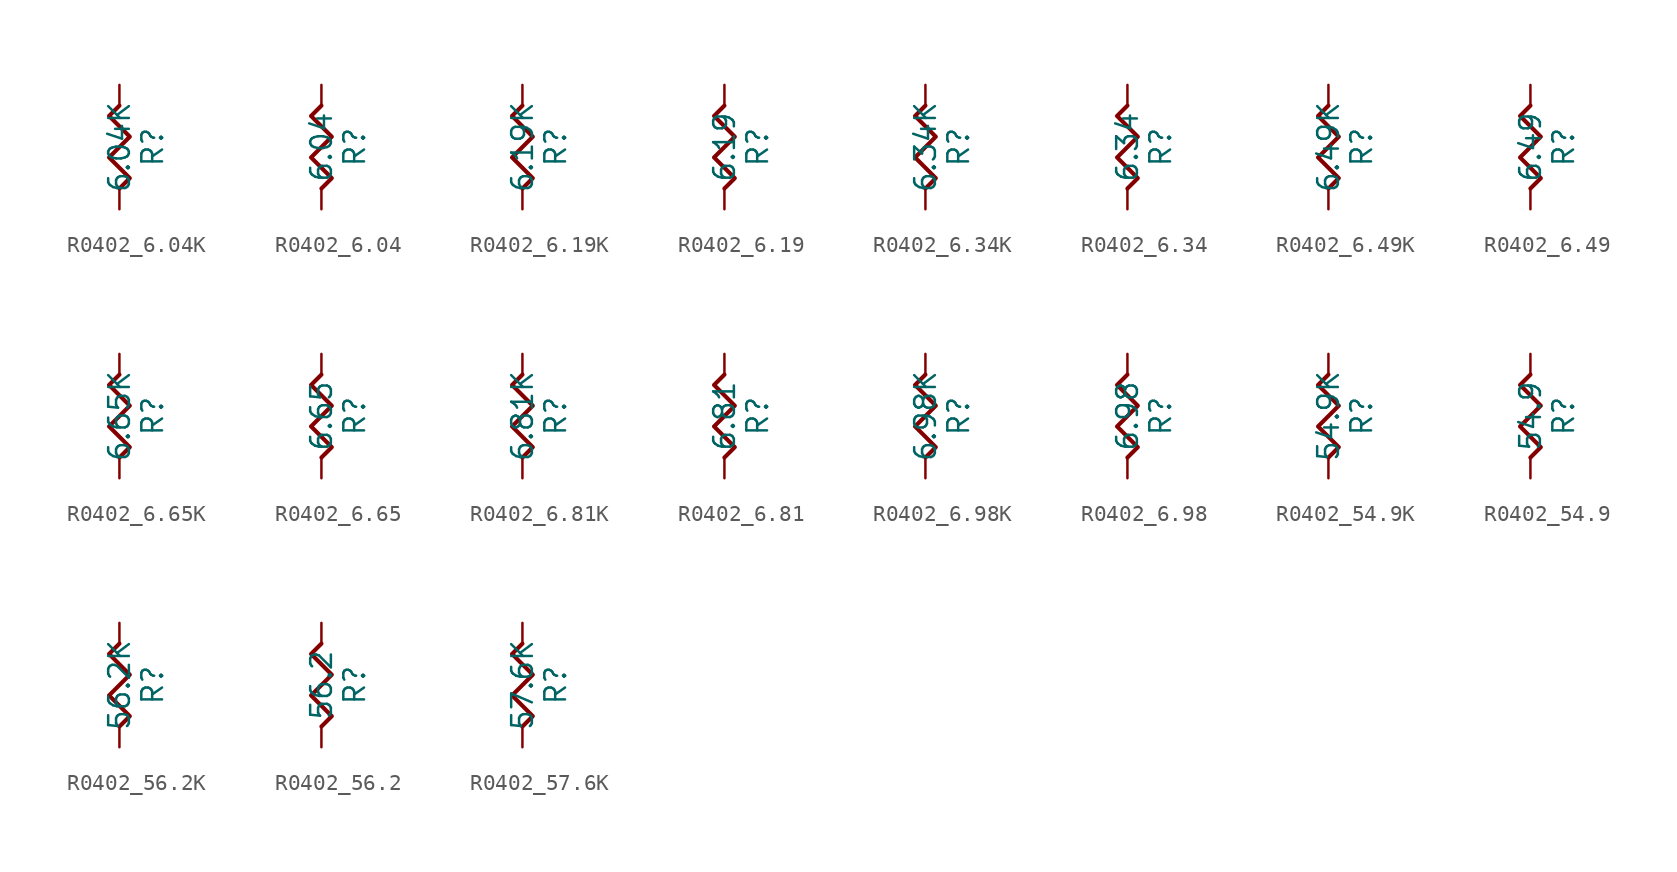
<source format=kicad_sym>
(kicad_symbol_lib
  (version 20211014)
  (generator atlantix-eda)
  (symbol "R0402_6.04K"
    (pin_numbers hide)
    (pin_names
      (offset 0))
    (property "Reference" "R"
      (at 2.032 0 90)
      (effects (font (size 1.27 1.27))))
    (property "Value" "6.04K"
      (at 0 0 90)
      (effects (font (size 1.27 1.27))))
    (symbol "R0402_6.04K_0_1"
      (polyline (pts (xy 0 -2.54) (xy 0.635 -1.905) (xy -0.635 -0.635) (xy 0.635 0.635) (xy -0.635 1.905) (xy 0 2.54)) (stroke (width 0.254) (type default) (color 0 0 0 0)) (fill (type none))))
    (symbol "R0402_6.04K_1_1"
      (pin passive line (at 0 3.81 270) (length 1.27) (name "~" (effects (font (size 1.27 1.27)))) (number "1" (effects (font (size 1.27 1.27)))))
      (pin passive line (at 0 -3.81 90) (length 1.27) (name "~" (effects (font (size 1.27 1.27)))) (number "2" (effects (font (size 1.27 1.27)))))))
  (symbol "R0402_6.04"
    (pin_numbers hide)
    (pin_names
      (offset 0))
    (property "Reference" "R"
      (at 2.032 0 90)
      (effects (font (size 1.27 1.27))))
    (property "Value" "6.04"
      (at 0 0 90)
      (effects (font (size 1.27 1.27))))
    (symbol "R0402_6.04_0_1"
      (polyline (pts (xy 0 -2.54) (xy 0.635 -1.905) (xy -0.635 -0.635) (xy 0.635 0.635) (xy -0.635 1.905) (xy 0 2.54)) (stroke (width 0.254) (type default) (color 0 0 0 0)) (fill (type none))))
    (symbol "R0402_6.04_1_1"
      (pin passive line (at 0 3.81 270) (length 1.27) (name "~" (effects (font (size 1.27 1.27)))) (number "1" (effects (font (size 1.27 1.27)))))
      (pin passive line (at 0 -3.81 90) (length 1.27) (name "~" (effects (font (size 1.27 1.27)))) (number "2" (effects (font (size 1.27 1.27)))))))
  (symbol "R0402_6.19K"
    (pin_numbers hide)
    (pin_names
      (offset 0))
    (property "Reference" "R"
      (at 2.032 0 90)
      (effects (font (size 1.27 1.27))))
    (property "Value" "6.19K"
      (at 0 0 90)
      (effects (font (size 1.27 1.27))))
    (symbol "R0402_6.19K_0_1"
      (polyline (pts (xy 0 -2.54) (xy 0.635 -1.905) (xy -0.635 -0.635) (xy 0.635 0.635) (xy -0.635 1.905) (xy 0 2.54)) (stroke (width 0.254) (type default) (color 0 0 0 0)) (fill (type none))))
    (symbol "R0402_6.19K_1_1"
      (pin passive line (at 0 3.81 270) (length 1.27) (name "~" (effects (font (size 1.27 1.27)))) (number "1" (effects (font (size 1.27 1.27)))))
      (pin passive line (at 0 -3.81 90) (length 1.27) (name "~" (effects (font (size 1.27 1.27)))) (number "2" (effects (font (size 1.27 1.27)))))))
  (symbol "R0402_6.19"
    (pin_numbers hide)
    (pin_names
      (offset 0))
    (property "Reference" "R"
      (at 2.032 0 90)
      (effects (font (size 1.27 1.27))))
    (property "Value" "6.19"
      (at 0 0 90)
      (effects (font (size 1.27 1.27))))
    (symbol "R0402_6.19_0_1"
      (polyline (pts (xy 0 -2.54) (xy 0.635 -1.905) (xy -0.635 -0.635) (xy 0.635 0.635) (xy -0.635 1.905) (xy 0 2.54)) (stroke (width 0.254) (type default) (color 0 0 0 0)) (fill (type none))))
    (symbol "R0402_6.19_1_1"
      (pin passive line (at 0 3.81 270) (length 1.27) (name "~" (effects (font (size 1.27 1.27)))) (number "1" (effects (font (size 1.27 1.27)))))
      (pin passive line (at 0 -3.81 90) (length 1.27) (name "~" (effects (font (size 1.27 1.27)))) (number "2" (effects (font (size 1.27 1.27)))))))
  (symbol "R0402_6.34K"
    (pin_numbers hide)
    (pin_names
      (offset 0))
    (property "Reference" "R"
      (at 2.032 0 90)
      (effects (font (size 1.27 1.27))))
    (property "Value" "6.34K"
      (at 0 0 90)
      (effects (font (size 1.27 1.27))))
    (symbol "R0402_6.34K_0_1"
      (polyline (pts (xy 0 -2.54) (xy 0.635 -1.905) (xy -0.635 -0.635) (xy 0.635 0.635) (xy -0.635 1.905) (xy 0 2.54)) (stroke (width 0.254) (type default) (color 0 0 0 0)) (fill (type none))))
    (symbol "R0402_6.34K_1_1"
      (pin passive line (at 0 3.81 270) (length 1.27) (name "~" (effects (font (size 1.27 1.27)))) (number "1" (effects (font (size 1.27 1.27)))))
      (pin passive line (at 0 -3.81 90) (length 1.27) (name "~" (effects (font (size 1.27 1.27)))) (number "2" (effects (font (size 1.27 1.27)))))))
  (symbol "R0402_6.34"
    (pin_numbers hide)
    (pin_names
      (offset 0))
    (property "Reference" "R"
      (at 2.032 0 90)
      (effects (font (size 1.27 1.27))))
    (property "Value" "6.34"
      (at 0 0 90)
      (effects (font (size 1.27 1.27))))
    (symbol "R0402_6.34_0_1"
      (polyline (pts (xy 0 -2.54) (xy 0.635 -1.905) (xy -0.635 -0.635) (xy 0.635 0.635) (xy -0.635 1.905) (xy 0 2.54)) (stroke (width 0.254) (type default) (color 0 0 0 0)) (fill (type none))))
    (symbol "R0402_6.34_1_1"
      (pin passive line (at 0 3.81 270) (length 1.27) (name "~" (effects (font (size 1.27 1.27)))) (number "1" (effects (font (size 1.27 1.27)))))
      (pin passive line (at 0 -3.81 90) (length 1.27) (name "~" (effects (font (size 1.27 1.27)))) (number "2" (effects (font (size 1.27 1.27)))))))
  (symbol "R0402_6.49K"
    (pin_numbers hide)
    (pin_names
      (offset 0))
    (property "Reference" "R"
      (at 2.032 0 90)
      (effects (font (size 1.27 1.27))))
    (property "Value" "6.49K"
      (at 0 0 90)
      (effects (font (size 1.27 1.27))))
    (symbol "R0402_6.49K_0_1"
      (polyline (pts (xy 0 -2.54) (xy 0.635 -1.905) (xy -0.635 -0.635) (xy 0.635 0.635) (xy -0.635 1.905) (xy 0 2.54)) (stroke (width 0.254) (type default) (color 0 0 0 0)) (fill (type none))))
    (symbol "R0402_6.49K_1_1"
      (pin passive line (at 0 3.81 270) (length 1.27) (name "~" (effects (font (size 1.27 1.27)))) (number "1" (effects (font (size 1.27 1.27)))))
      (pin passive line (at 0 -3.81 90) (length 1.27) (name "~" (effects (font (size 1.27 1.27)))) (number "2" (effects (font (size 1.27 1.27)))))))
  (symbol "R0402_6.49"
    (pin_numbers hide)
    (pin_names
      (offset 0))
    (property "Reference" "R"
      (at 2.032 0 90)
      (effects (font (size 1.27 1.27))))
    (property "Value" "6.49"
      (at 0 0 90)
      (effects (font (size 1.27 1.27))))
    (symbol "R0402_6.49_0_1"
      (polyline (pts (xy 0 -2.54) (xy 0.635 -1.905) (xy -0.635 -0.635) (xy 0.635 0.635) (xy -0.635 1.905) (xy 0 2.54)) (stroke (width 0.254) (type default) (color 0 0 0 0)) (fill (type none))))
    (symbol "R0402_6.49_1_1"
      (pin passive line (at 0 3.81 270) (length 1.27) (name "~" (effects (font (size 1.27 1.27)))) (number "1" (effects (font (size 1.27 1.27)))))
      (pin passive line (at 0 -3.81 90) (length 1.27) (name "~" (effects (font (size 1.27 1.27)))) (number "2" (effects (font (size 1.27 1.27)))))))
  (symbol "R0402_6.65K"
    (pin_numbers hide)
    (pin_names
      (offset 0))
    (property "Reference" "R"
      (at 2.032 0 90)
      (effects (font (size 1.27 1.27))))
    (property "Value" "6.65K"
      (at 0 0 90)
      (effects (font (size 1.27 1.27))))
    (symbol "R0402_6.65K_0_1"
      (polyline (pts (xy 0 -2.54) (xy 0.635 -1.905) (xy -0.635 -0.635) (xy 0.635 0.635) (xy -0.635 1.905) (xy 0 2.54)) (stroke (width 0.254) (type default) (color 0 0 0 0)) (fill (type none))))
    (symbol "R0402_6.65K_1_1"
      (pin passive line (at 0 3.81 270) (length 1.27) (name "~" (effects (font (size 1.27 1.27)))) (number "1" (effects (font (size 1.27 1.27)))))
      (pin passive line (at 0 -3.81 90) (length 1.27) (name "~" (effects (font (size 1.27 1.27)))) (number "2" (effects (font (size 1.27 1.27)))))))
  (symbol "R0402_6.65"
    (pin_numbers hide)
    (pin_names
      (offset 0))
    (property "Reference" "R"
      (at 2.032 0 90)
      (effects (font (size 1.27 1.27))))
    (property "Value" "6.65"
      (at 0 0 90)
      (effects (font (size 1.27 1.27))))
    (symbol "R0402_6.65_0_1"
      (polyline (pts (xy 0 -2.54) (xy 0.635 -1.905) (xy -0.635 -0.635) (xy 0.635 0.635) (xy -0.635 1.905) (xy 0 2.54)) (stroke (width 0.254) (type default) (color 0 0 0 0)) (fill (type none))))
    (symbol "R0402_6.65_1_1"
      (pin passive line (at 0 3.81 270) (length 1.27) (name "~" (effects (font (size 1.27 1.27)))) (number "1" (effects (font (size 1.27 1.27)))))
      (pin passive line (at 0 -3.81 90) (length 1.27) (name "~" (effects (font (size 1.27 1.27)))) (number "2" (effects (font (size 1.27 1.27)))))))
  (symbol "R0402_6.81K"
    (pin_numbers hide)
    (pin_names
      (offset 0))
    (property "Reference" "R"
      (at 2.032 0 90)
      (effects (font (size 1.27 1.27))))
    (property "Value" "6.81K"
      (at 0 0 90)
      (effects (font (size 1.27 1.27))))
    (symbol "R0402_6.81K_0_1"
      (polyline (pts (xy 0 -2.54) (xy 0.635 -1.905) (xy -0.635 -0.635) (xy 0.635 0.635) (xy -0.635 1.905) (xy 0 2.54)) (stroke (width 0.254) (type default) (color 0 0 0 0)) (fill (type none))))
    (symbol "R0402_6.81K_1_1"
      (pin passive line (at 0 3.81 270) (length 1.27) (name "~" (effects (font (size 1.27 1.27)))) (number "1" (effects (font (size 1.27 1.27)))))
      (pin passive line (at 0 -3.81 90) (length 1.27) (name "~" (effects (font (size 1.27 1.27)))) (number "2" (effects (font (size 1.27 1.27)))))))
  (symbol "R0402_6.81"
    (pin_numbers hide)
    (pin_names
      (offset 0))
    (property "Reference" "R"
      (at 2.032 0 90)
      (effects (font (size 1.27 1.27))))
    (property "Value" "6.81"
      (at 0 0 90)
      (effects (font (size 1.27 1.27))))
    (symbol "R0402_6.81_0_1"
      (polyline (pts (xy 0 -2.54) (xy 0.635 -1.905) (xy -0.635 -0.635) (xy 0.635 0.635) (xy -0.635 1.905) (xy 0 2.54)) (stroke (width 0.254) (type default) (color 0 0 0 0)) (fill (type none))))
    (symbol "R0402_6.81_1_1"
      (pin passive line (at 0 3.81 270) (length 1.27) (name "~" (effects (font (size 1.27 1.27)))) (number "1" (effects (font (size 1.27 1.27)))))
      (pin passive line (at 0 -3.81 90) (length 1.27) (name "~" (effects (font (size 1.27 1.27)))) (number "2" (effects (font (size 1.27 1.27)))))))
  (symbol "R0402_6.98K"
    (pin_numbers hide)
    (pin_names
      (offset 0))
    (property "Reference" "R"
      (at 2.032 0 90)
      (effects (font (size 1.27 1.27))))
    (property "Value" "6.98K"
      (at 0 0 90)
      (effects (font (size 1.27 1.27))))
    (symbol "R0402_6.98K_0_1"
      (polyline (pts (xy 0 -2.54) (xy 0.635 -1.905) (xy -0.635 -0.635) (xy 0.635 0.635) (xy -0.635 1.905) (xy 0 2.54)) (stroke (width 0.254) (type default) (color 0 0 0 0)) (fill (type none))))
    (symbol "R0402_6.98K_1_1"
      (pin passive line (at 0 3.81 270) (length 1.27) (name "~" (effects (font (size 1.27 1.27)))) (number "1" (effects (font (size 1.27 1.27)))))
      (pin passive line (at 0 -3.81 90) (length 1.27) (name "~" (effects (font (size 1.27 1.27)))) (number "2" (effects (font (size 1.27 1.27)))))))
  (symbol "R0402_6.98"
    (pin_numbers hide)
    (pin_names
      (offset 0))
    (property "Reference" "R"
      (at 2.032 0 90)
      (effects (font (size 1.27 1.27))))
    (property "Value" "6.98"
      (at 0 0 90)
      (effects (font (size 1.27 1.27))))
    (symbol "R0402_6.98_0_1"
      (polyline (pts (xy 0 -2.54) (xy 0.635 -1.905) (xy -0.635 -0.635) (xy 0.635 0.635) (xy -0.635 1.905) (xy 0 2.54)) (stroke (width 0.254) (type default) (color 0 0 0 0)) (fill (type none))))
    (symbol "R0402_6.98_1_1"
      (pin passive line (at 0 3.81 270) (length 1.27) (name "~" (effects (font (size 1.27 1.27)))) (number "1" (effects (font (size 1.27 1.27)))))
      (pin passive line (at 0 -3.81 90) (length 1.27) (name "~" (effects (font (size 1.27 1.27)))) (number "2" (effects (font (size 1.27 1.27)))))))
  (symbol "R0402_54.9K"
    (pin_numbers hide)
    (pin_names
      (offset 0))
    (property "Reference" "R"
      (at 2.032 0 90)
      (effects (font (size 1.27 1.27))))
    (property "Value" "54.9K"
      (at 0 0 90)
      (effects (font (size 1.27 1.27))))
    (symbol "R0402_54.9K_0_1"
      (polyline (pts (xy 0 -2.54) (xy 0.635 -1.905) (xy -0.635 -0.635) (xy 0.635 0.635) (xy -0.635 1.905) (xy 0 2.54)) (stroke (width 0.254) (type default) (color 0 0 0 0)) (fill (type none))))
    (symbol "R0402_54.9K_1_1"
      (pin passive line (at 0 3.81 270) (length 1.27) (name "~" (effects (font (size 1.27 1.27)))) (number "1" (effects (font (size 1.27 1.27)))))
      (pin passive line (at 0 -3.81 90) (length 1.27) (name "~" (effects (font (size 1.27 1.27)))) (number "2" (effects (font (size 1.27 1.27)))))))
  (symbol "R0402_54.9"
    (pin_numbers hide)
    (pin_names
      (offset 0))
    (property "Reference" "R"
      (at 2.032 0 90)
      (effects (font (size 1.27 1.27))))
    (property "Value" "54.9"
      (at 0 0 90)
      (effects (font (size 1.27 1.27))))
    (symbol "R0402_54.9_0_1"
      (polyline (pts (xy 0 -2.54) (xy 0.635 -1.905) (xy -0.635 -0.635) (xy 0.635 0.635) (xy -0.635 1.905) (xy 0 2.54)) (stroke (width 0.254) (type default) (color 0 0 0 0)) (fill (type none))))
    (symbol "R0402_54.9_1_1"
      (pin passive line (at 0 3.81 270) (length 1.27) (name "~" (effects (font (size 1.27 1.27)))) (number "1" (effects (font (size 1.27 1.27)))))
      (pin passive line (at 0 -3.81 90) (length 1.27) (name "~" (effects (font (size 1.27 1.27)))) (number "2" (effects (font (size 1.27 1.27)))))))
  (symbol "R0402_56.2K"
    (pin_numbers hide)
    (pin_names
      (offset 0))
    (property "Reference" "R"
      (at 2.032 0 90)
      (effects (font (size 1.27 1.27))))
    (property "Value" "56.2K"
      (at 0 0 90)
      (effects (font (size 1.27 1.27))))
    (symbol "R0402_56.2K_0_1"
      (polyline (pts (xy 0 -2.54) (xy 0.635 -1.905) (xy -0.635 -0.635) (xy 0.635 0.635) (xy -0.635 1.905) (xy 0 2.54)) (stroke (width 0.254) (type default) (color 0 0 0 0)) (fill (type none))))
    (symbol "R0402_56.2K_1_1"
      (pin passive line (at 0 3.81 270) (length 1.27) (name "~" (effects (font (size 1.27 1.27)))) (number "1" (effects (font (size 1.27 1.27)))))
      (pin passive line (at 0 -3.81 90) (length 1.27) (name "~" (effects (font (size 1.27 1.27)))) (number "2" (effects (font (size 1.27 1.27)))))))
  (symbol "R0402_56.2"
    (pin_numbers hide)
    (pin_names
      (offset 0))
    (property "Reference" "R"
      (at 2.032 0 90)
      (effects (font (size 1.27 1.27))))
    (property "Value" "56.2"
      (at 0 0 90)
      (effects (font (size 1.27 1.27))))
    (symbol "R0402_56.2_0_1"
      (polyline (pts (xy 0 -2.54) (xy 0.635 -1.905) (xy -0.635 -0.635) (xy 0.635 0.635) (xy -0.635 1.905) (xy 0 2.54)) (stroke (width 0.254) (type default) (color 0 0 0 0)) (fill (type none))))
    (symbol "R0402_56.2_1_1"
      (pin passive line (at 0 3.81 270) (length 1.27) (name "~" (effects (font (size 1.27 1.27)))) (number "1" (effects (font (size 1.27 1.27)))))
      (pin passive line (at 0 -3.81 90) (length 1.27) (name "~" (effects (font (size 1.27 1.27)))) (number "2" (effects (font (size 1.27 1.27)))))))
  (symbol "R0402_57.6K"
    (pin_numbers hide)
    (pin_names
      (offset 0))
    (property "Reference" "R"
      (at 2.032 0 90)
      (effects (font (size 1.27 1.27))))
    (property "Value" "57.6K"
      (at 0 0 90)
      (effects (font (size 1.27 1.27))))
    (symbol "R0402_57.6K_0_1"
      (polyline (pts (xy 0 -2.54) (xy 0.635 -1.905) (xy -0.635 -0.635) (xy 0.635 0.635) (xy -0.635 1.905) (xy 0 2.54)) (stroke (width 0.254) (type default) (color 0 0 0 0)) (fill (type none))))
    (symbol "R0402_57.6K_1_1"
      (pin passive line (at 0 3.81 270) (length 1.27) (name "~" (effects (font (size 1.27 1.27)))) (number "1" (effects (font (size 1.27 1.27)))))
      (pin passive line (at 0 -3.81 90) (length 1.27) (name "~" (effects (font (size 1.27 1.27)))) (number "2" (effects (font (size 1.27 1.27))))))))
</source>
